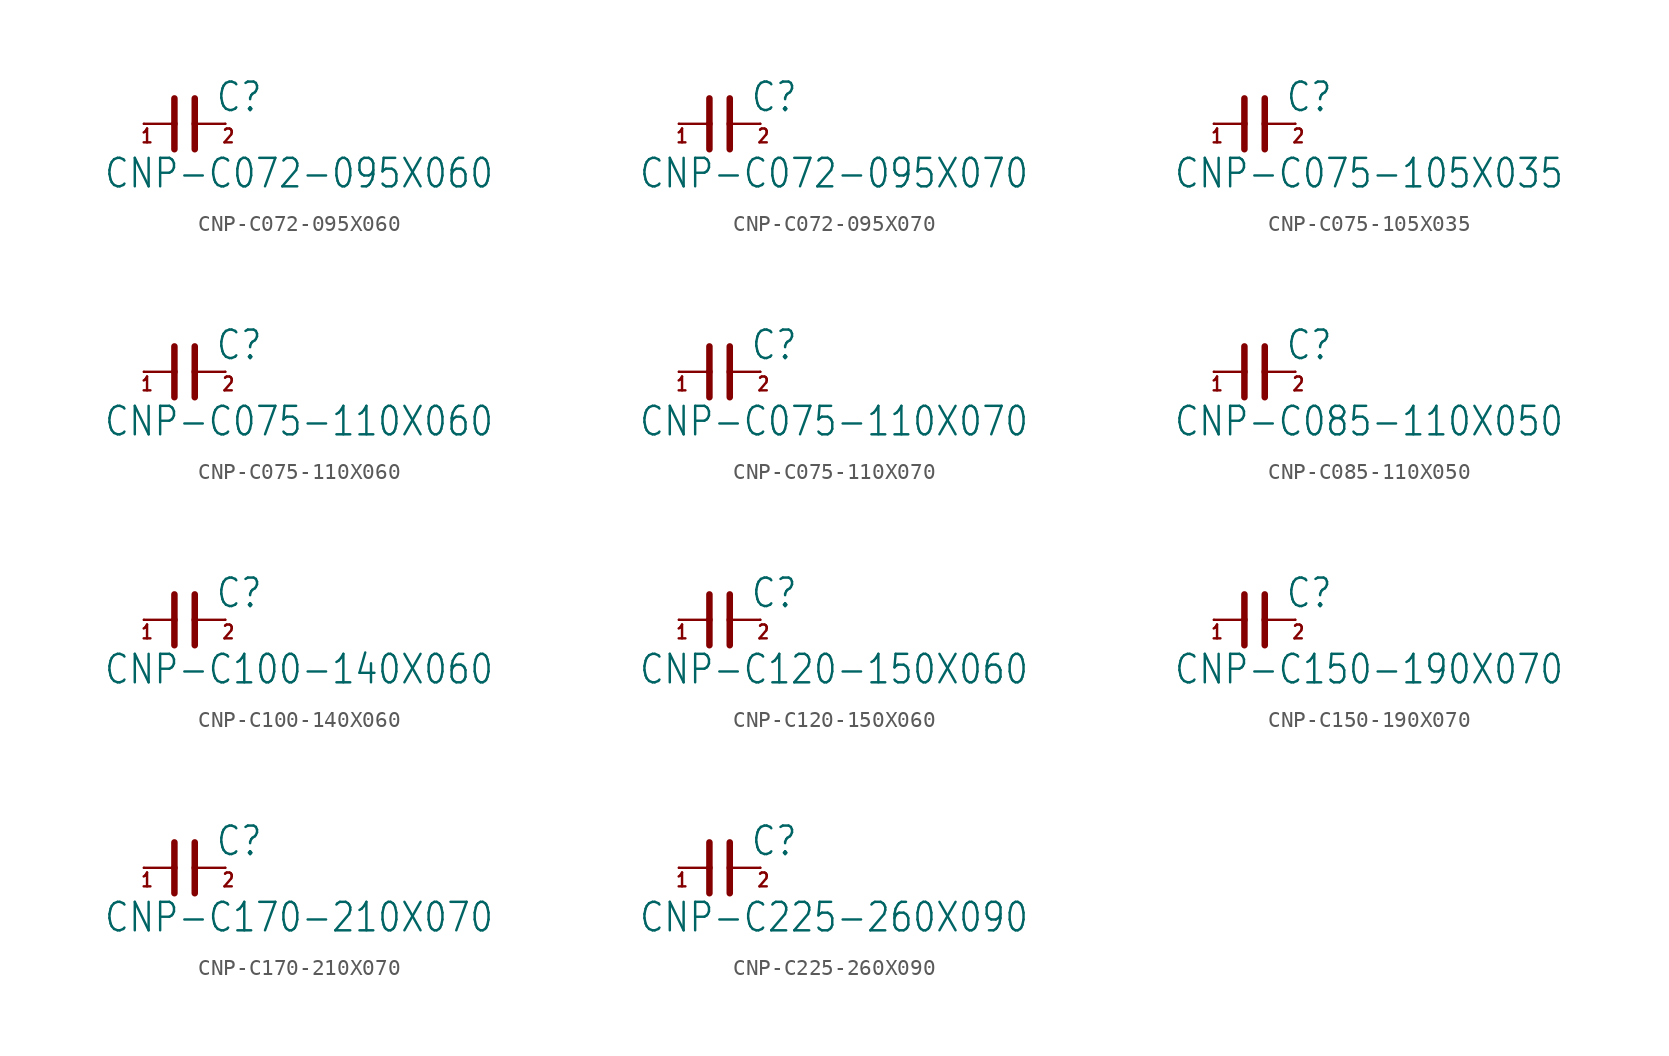
<source format=kicad_sym>
(kicad_symbol_lib
  (version 20211014)
  (generator kicad_symbol_editor)
  (symbol "CNP-C072-095X060"
    (property "Reference" "C"
      (at 1.905 0.635 0)
      (effects (font (size 1.778 1.511)) (justify left bottom)))
    (property "Value" "CNP-C072-095X060"
      (at -5.08 -4.128 0)
      (effects (font (size 1.778 1.511)) (justify left bottom)))
    (property "ki_locked" ""
      (at 0 0 0)
      (effects (font (size 1.27 1.27))))
    (symbol "CNP-C072-095X060_1_0"
      (polyline (pts (xy -2.54 0) (xy -0.635 0)) (stroke (width 0.152) (type default) (color 0 0 0 0)) (fill (type none)))
      (polyline (pts (xy -0.635 0) (xy -0.635 -1.587)) (stroke (width 0.406) (type default) (color 0 0 0 0)) (fill (type none)))
      (polyline (pts (xy -0.635 1.587) (xy -0.635 0)) (stroke (width 0.406) (type default) (color 0 0 0 0)) (fill (type none)))
      (polyline (pts (xy 0.635 0) (xy 0.635 -1.587)) (stroke (width 0.406) (type default) (color 0 0 0 0)) (fill (type none)))
      (polyline (pts (xy 0.635 1.587) (xy 0.635 0)) (stroke (width 0.406) (type default) (color 0 0 0 0)) (fill (type none)))
      (polyline (pts (xy 2.54 0) (xy 0.635 0)) (stroke (width 0.152) (type default) (color 0 0 0 0)) (fill (type none)))
      (text "1" (at -2.794 -1.27 0) (effects (font (size 0.864 0.734)) (justify left bottom)))
      (text "2" (at 2.286 -1.27 0) (effects (font (size 0.864 0.734)) (justify left bottom)))
      (pin passive line (at -2.54 0 0) (length 0) (name "1" (effects (font (size 0 0)))) (number "1" (effects (font (size 0 0)))))
      (pin passive line (at 2.54 0 180) (length 0) (name "2" (effects (font (size 0 0)))) (number "2" (effects (font (size 0 0)))))))
  (symbol "CNP-C072-095X070"
    (property "Reference" "C"
      (at 1.905 0.635 0)
      (effects (font (size 1.778 1.511)) (justify left bottom)))
    (property "Value" "CNP-C072-095X070"
      (at -5.08 -4.128 0)
      (effects (font (size 1.778 1.511)) (justify left bottom)))
    (property "ki_locked" ""
      (at 0 0 0)
      (effects (font (size 1.27 1.27))))
    (symbol "CNP-C072-095X070_1_0"
      (polyline (pts (xy -2.54 0) (xy -0.635 0)) (stroke (width 0.152) (type default) (color 0 0 0 0)) (fill (type none)))
      (polyline (pts (xy -0.635 0) (xy -0.635 -1.587)) (stroke (width 0.406) (type default) (color 0 0 0 0)) (fill (type none)))
      (polyline (pts (xy -0.635 1.587) (xy -0.635 0)) (stroke (width 0.406) (type default) (color 0 0 0 0)) (fill (type none)))
      (polyline (pts (xy 0.635 0) (xy 0.635 -1.587)) (stroke (width 0.406) (type default) (color 0 0 0 0)) (fill (type none)))
      (polyline (pts (xy 0.635 1.587) (xy 0.635 0)) (stroke (width 0.406) (type default) (color 0 0 0 0)) (fill (type none)))
      (polyline (pts (xy 2.54 0) (xy 0.635 0)) (stroke (width 0.152) (type default) (color 0 0 0 0)) (fill (type none)))
      (text "1" (at -2.794 -1.27 0) (effects (font (size 0.864 0.734)) (justify left bottom)))
      (text "2" (at 2.286 -1.27 0) (effects (font (size 0.864 0.734)) (justify left bottom)))
      (pin passive line (at -2.54 0 0) (length 0) (name "1" (effects (font (size 0 0)))) (number "1" (effects (font (size 0 0)))))
      (pin passive line (at 2.54 0 180) (length 0) (name "2" (effects (font (size 0 0)))) (number "2" (effects (font (size 0 0)))))))
  (symbol "CNP-C075-105X035"
    (property "Reference" "C"
      (at 1.905 0.635 0)
      (effects (font (size 1.778 1.511)) (justify left bottom)))
    (property "Value" "CNP-C075-105X035"
      (at -5.08 -4.128 0)
      (effects (font (size 1.778 1.511)) (justify left bottom)))
    (property "ki_locked" ""
      (at 0 0 0)
      (effects (font (size 1.27 1.27))))
    (symbol "CNP-C075-105X035_1_0"
      (polyline (pts (xy -2.54 0) (xy -0.635 0)) (stroke (width 0.152) (type default) (color 0 0 0 0)) (fill (type none)))
      (polyline (pts (xy -0.635 0) (xy -0.635 -1.587)) (stroke (width 0.406) (type default) (color 0 0 0 0)) (fill (type none)))
      (polyline (pts (xy -0.635 1.587) (xy -0.635 0)) (stroke (width 0.406) (type default) (color 0 0 0 0)) (fill (type none)))
      (polyline (pts (xy 0.635 0) (xy 0.635 -1.587)) (stroke (width 0.406) (type default) (color 0 0 0 0)) (fill (type none)))
      (polyline (pts (xy 0.635 1.587) (xy 0.635 0)) (stroke (width 0.406) (type default) (color 0 0 0 0)) (fill (type none)))
      (polyline (pts (xy 2.54 0) (xy 0.635 0)) (stroke (width 0.152) (type default) (color 0 0 0 0)) (fill (type none)))
      (text "1" (at -2.794 -1.27 0) (effects (font (size 0.864 0.734)) (justify left bottom)))
      (text "2" (at 2.286 -1.27 0) (effects (font (size 0.864 0.734)) (justify left bottom)))
      (pin passive line (at -2.54 0 0) (length 0) (name "1" (effects (font (size 0 0)))) (number "1" (effects (font (size 0 0)))))
      (pin passive line (at 2.54 0 180) (length 0) (name "2" (effects (font (size 0 0)))) (number "2" (effects (font (size 0 0)))))))
  (symbol "CNP-C075-110X060"
    (property "Reference" "C"
      (at 1.905 0.635 0)
      (effects (font (size 1.778 1.511)) (justify left bottom)))
    (property "Value" "CNP-C075-110X060"
      (at -5.08 -4.128 0)
      (effects (font (size 1.778 1.511)) (justify left bottom)))
    (property "ki_locked" ""
      (at 0 0 0)
      (effects (font (size 1.27 1.27))))
    (symbol "CNP-C075-110X060_1_0"
      (polyline (pts (xy -2.54 0) (xy -0.635 0)) (stroke (width 0.152) (type default) (color 0 0 0 0)) (fill (type none)))
      (polyline (pts (xy -0.635 0) (xy -0.635 -1.587)) (stroke (width 0.406) (type default) (color 0 0 0 0)) (fill (type none)))
      (polyline (pts (xy -0.635 1.587) (xy -0.635 0)) (stroke (width 0.406) (type default) (color 0 0 0 0)) (fill (type none)))
      (polyline (pts (xy 0.635 0) (xy 0.635 -1.587)) (stroke (width 0.406) (type default) (color 0 0 0 0)) (fill (type none)))
      (polyline (pts (xy 0.635 1.587) (xy 0.635 0)) (stroke (width 0.406) (type default) (color 0 0 0 0)) (fill (type none)))
      (polyline (pts (xy 2.54 0) (xy 0.635 0)) (stroke (width 0.152) (type default) (color 0 0 0 0)) (fill (type none)))
      (text "1" (at -2.794 -1.27 0) (effects (font (size 0.864 0.734)) (justify left bottom)))
      (text "2" (at 2.286 -1.27 0) (effects (font (size 0.864 0.734)) (justify left bottom)))
      (pin passive line (at -2.54 0 0) (length 0) (name "1" (effects (font (size 0 0)))) (number "1" (effects (font (size 0 0)))))
      (pin passive line (at 2.54 0 180) (length 0) (name "2" (effects (font (size 0 0)))) (number "2" (effects (font (size 0 0)))))))
  (symbol "CNP-C075-110X070"
    (property "Reference" "C"
      (at 1.905 0.635 0)
      (effects (font (size 1.778 1.511)) (justify left bottom)))
    (property "Value" "CNP-C075-110X070"
      (at -5.08 -4.128 0)
      (effects (font (size 1.778 1.511)) (justify left bottom)))
    (property "ki_locked" ""
      (at 0 0 0)
      (effects (font (size 1.27 1.27))))
    (symbol "CNP-C075-110X070_1_0"
      (polyline (pts (xy -2.54 0) (xy -0.635 0)) (stroke (width 0.152) (type default) (color 0 0 0 0)) (fill (type none)))
      (polyline (pts (xy -0.635 0) (xy -0.635 -1.587)) (stroke (width 0.406) (type default) (color 0 0 0 0)) (fill (type none)))
      (polyline (pts (xy -0.635 1.587) (xy -0.635 0)) (stroke (width 0.406) (type default) (color 0 0 0 0)) (fill (type none)))
      (polyline (pts (xy 0.635 0) (xy 0.635 -1.587)) (stroke (width 0.406) (type default) (color 0 0 0 0)) (fill (type none)))
      (polyline (pts (xy 0.635 1.587) (xy 0.635 0)) (stroke (width 0.406) (type default) (color 0 0 0 0)) (fill (type none)))
      (polyline (pts (xy 2.54 0) (xy 0.635 0)) (stroke (width 0.152) (type default) (color 0 0 0 0)) (fill (type none)))
      (text "1" (at -2.794 -1.27 0) (effects (font (size 0.864 0.734)) (justify left bottom)))
      (text "2" (at 2.286 -1.27 0) (effects (font (size 0.864 0.734)) (justify left bottom)))
      (pin passive line (at -2.54 0 0) (length 0) (name "1" (effects (font (size 0 0)))) (number "1" (effects (font (size 0 0)))))
      (pin passive line (at 2.54 0 180) (length 0) (name "2" (effects (font (size 0 0)))) (number "2" (effects (font (size 0 0)))))))
  (symbol "CNP-C085-110X050"
    (property "Reference" "C"
      (at 1.905 0.635 0)
      (effects (font (size 1.778 1.511)) (justify left bottom)))
    (property "Value" "CNP-C085-110X050"
      (at -5.08 -4.128 0)
      (effects (font (size 1.778 1.511)) (justify left bottom)))
    (property "ki_locked" ""
      (at 0 0 0)
      (effects (font (size 1.27 1.27))))
    (symbol "CNP-C085-110X050_1_0"
      (polyline (pts (xy -2.54 0) (xy -0.635 0)) (stroke (width 0.152) (type default) (color 0 0 0 0)) (fill (type none)))
      (polyline (pts (xy -0.635 0) (xy -0.635 -1.587)) (stroke (width 0.406) (type default) (color 0 0 0 0)) (fill (type none)))
      (polyline (pts (xy -0.635 1.587) (xy -0.635 0)) (stroke (width 0.406) (type default) (color 0 0 0 0)) (fill (type none)))
      (polyline (pts (xy 0.635 0) (xy 0.635 -1.587)) (stroke (width 0.406) (type default) (color 0 0 0 0)) (fill (type none)))
      (polyline (pts (xy 0.635 1.587) (xy 0.635 0)) (stroke (width 0.406) (type default) (color 0 0 0 0)) (fill (type none)))
      (polyline (pts (xy 2.54 0) (xy 0.635 0)) (stroke (width 0.152) (type default) (color 0 0 0 0)) (fill (type none)))
      (text "1" (at -2.794 -1.27 0) (effects (font (size 0.864 0.734)) (justify left bottom)))
      (text "2" (at 2.286 -1.27 0) (effects (font (size 0.864 0.734)) (justify left bottom)))
      (pin passive line (at -2.54 0 0) (length 0) (name "1" (effects (font (size 0 0)))) (number "1" (effects (font (size 0 0)))))
      (pin passive line (at 2.54 0 180) (length 0) (name "2" (effects (font (size 0 0)))) (number "2" (effects (font (size 0 0)))))))
  (symbol "CNP-C100-140X060"
    (property "Reference" "C"
      (at 1.905 0.635 0)
      (effects (font (size 1.778 1.511)) (justify left bottom)))
    (property "Value" "CNP-C100-140X060"
      (at -5.08 -4.128 0)
      (effects (font (size 1.778 1.511)) (justify left bottom)))
    (property "ki_locked" ""
      (at 0 0 0)
      (effects (font (size 1.27 1.27))))
    (symbol "CNP-C100-140X060_1_0"
      (polyline (pts (xy -2.54 0) (xy -0.635 0)) (stroke (width 0.152) (type default) (color 0 0 0 0)) (fill (type none)))
      (polyline (pts (xy -0.635 0) (xy -0.635 -1.587)) (stroke (width 0.406) (type default) (color 0 0 0 0)) (fill (type none)))
      (polyline (pts (xy -0.635 1.587) (xy -0.635 0)) (stroke (width 0.406) (type default) (color 0 0 0 0)) (fill (type none)))
      (polyline (pts (xy 0.635 0) (xy 0.635 -1.587)) (stroke (width 0.406) (type default) (color 0 0 0 0)) (fill (type none)))
      (polyline (pts (xy 0.635 1.587) (xy 0.635 0)) (stroke (width 0.406) (type default) (color 0 0 0 0)) (fill (type none)))
      (polyline (pts (xy 2.54 0) (xy 0.635 0)) (stroke (width 0.152) (type default) (color 0 0 0 0)) (fill (type none)))
      (text "1" (at -2.794 -1.27 0) (effects (font (size 0.864 0.734)) (justify left bottom)))
      (text "2" (at 2.286 -1.27 0) (effects (font (size 0.864 0.734)) (justify left bottom)))
      (pin passive line (at -2.54 0 0) (length 0) (name "1" (effects (font (size 0 0)))) (number "1" (effects (font (size 0 0)))))
      (pin passive line (at 2.54 0 180) (length 0) (name "2" (effects (font (size 0 0)))) (number "2" (effects (font (size 0 0)))))))
  (symbol "CNP-C120-150X060"
    (property "Reference" "C"
      (at 1.905 0.635 0)
      (effects (font (size 1.778 1.511)) (justify left bottom)))
    (property "Value" "CNP-C120-150X060"
      (at -5.08 -4.128 0)
      (effects (font (size 1.778 1.511)) (justify left bottom)))
    (property "ki_locked" ""
      (at 0 0 0)
      (effects (font (size 1.27 1.27))))
    (symbol "CNP-C120-150X060_1_0"
      (polyline (pts (xy -2.54 0) (xy -0.635 0)) (stroke (width 0.152) (type default) (color 0 0 0 0)) (fill (type none)))
      (polyline (pts (xy -0.635 0) (xy -0.635 -1.587)) (stroke (width 0.406) (type default) (color 0 0 0 0)) (fill (type none)))
      (polyline (pts (xy -0.635 1.587) (xy -0.635 0)) (stroke (width 0.406) (type default) (color 0 0 0 0)) (fill (type none)))
      (polyline (pts (xy 0.635 0) (xy 0.635 -1.587)) (stroke (width 0.406) (type default) (color 0 0 0 0)) (fill (type none)))
      (polyline (pts (xy 0.635 1.587) (xy 0.635 0)) (stroke (width 0.406) (type default) (color 0 0 0 0)) (fill (type none)))
      (polyline (pts (xy 2.54 0) (xy 0.635 0)) (stroke (width 0.152) (type default) (color 0 0 0 0)) (fill (type none)))
      (text "1" (at -2.794 -1.27 0) (effects (font (size 0.864 0.734)) (justify left bottom)))
      (text "2" (at 2.286 -1.27 0) (effects (font (size 0.864 0.734)) (justify left bottom)))
      (pin passive line (at -2.54 0 0) (length 0) (name "1" (effects (font (size 0 0)))) (number "1" (effects (font (size 0 0)))))
      (pin passive line (at 2.54 0 180) (length 0) (name "2" (effects (font (size 0 0)))) (number "2" (effects (font (size 0 0)))))))
  (symbol "CNP-C150-190X070"
    (property "Reference" "C"
      (at 1.905 0.635 0)
      (effects (font (size 1.778 1.511)) (justify left bottom)))
    (property "Value" "CNP-C150-190X070"
      (at -5.08 -4.128 0)
      (effects (font (size 1.778 1.511)) (justify left bottom)))
    (property "ki_locked" ""
      (at 0 0 0)
      (effects (font (size 1.27 1.27))))
    (symbol "CNP-C150-190X070_1_0"
      (polyline (pts (xy -2.54 0) (xy -0.635 0)) (stroke (width 0.152) (type default) (color 0 0 0 0)) (fill (type none)))
      (polyline (pts (xy -0.635 0) (xy -0.635 -1.587)) (stroke (width 0.406) (type default) (color 0 0 0 0)) (fill (type none)))
      (polyline (pts (xy -0.635 1.587) (xy -0.635 0)) (stroke (width 0.406) (type default) (color 0 0 0 0)) (fill (type none)))
      (polyline (pts (xy 0.635 0) (xy 0.635 -1.587)) (stroke (width 0.406) (type default) (color 0 0 0 0)) (fill (type none)))
      (polyline (pts (xy 0.635 1.587) (xy 0.635 0)) (stroke (width 0.406) (type default) (color 0 0 0 0)) (fill (type none)))
      (polyline (pts (xy 2.54 0) (xy 0.635 0)) (stroke (width 0.152) (type default) (color 0 0 0 0)) (fill (type none)))
      (text "1" (at -2.794 -1.27 0) (effects (font (size 0.864 0.734)) (justify left bottom)))
      (text "2" (at 2.286 -1.27 0) (effects (font (size 0.864 0.734)) (justify left bottom)))
      (pin passive line (at -2.54 0 0) (length 0) (name "1" (effects (font (size 0 0)))) (number "1" (effects (font (size 0 0)))))
      (pin passive line (at 2.54 0 180) (length 0) (name "2" (effects (font (size 0 0)))) (number "2" (effects (font (size 0 0)))))))
  (symbol "CNP-C170-210X070"
    (property "Reference" "C"
      (at 1.905 0.635 0)
      (effects (font (size 1.778 1.511)) (justify left bottom)))
    (property "Value" "CNP-C170-210X070"
      (at -5.08 -4.128 0)
      (effects (font (size 1.778 1.511)) (justify left bottom)))
    (property "ki_locked" ""
      (at 0 0 0)
      (effects (font (size 1.27 1.27))))
    (symbol "CNP-C170-210X070_1_0"
      (polyline (pts (xy -2.54 0) (xy -0.635 0)) (stroke (width 0.152) (type default) (color 0 0 0 0)) (fill (type none)))
      (polyline (pts (xy -0.635 0) (xy -0.635 -1.587)) (stroke (width 0.406) (type default) (color 0 0 0 0)) (fill (type none)))
      (polyline (pts (xy -0.635 1.587) (xy -0.635 0)) (stroke (width 0.406) (type default) (color 0 0 0 0)) (fill (type none)))
      (polyline (pts (xy 0.635 0) (xy 0.635 -1.587)) (stroke (width 0.406) (type default) (color 0 0 0 0)) (fill (type none)))
      (polyline (pts (xy 0.635 1.587) (xy 0.635 0)) (stroke (width 0.406) (type default) (color 0 0 0 0)) (fill (type none)))
      (polyline (pts (xy 2.54 0) (xy 0.635 0)) (stroke (width 0.152) (type default) (color 0 0 0 0)) (fill (type none)))
      (text "1" (at -2.794 -1.27 0) (effects (font (size 0.864 0.734)) (justify left bottom)))
      (text "2" (at 2.286 -1.27 0) (effects (font (size 0.864 0.734)) (justify left bottom)))
      (pin passive line (at -2.54 0 0) (length 0) (name "1" (effects (font (size 0 0)))) (number "1" (effects (font (size 0 0)))))
      (pin passive line (at 2.54 0 180) (length 0) (name "2" (effects (font (size 0 0)))) (number "2" (effects (font (size 0 0)))))))
  (symbol "CNP-C225-260X090"
    (property "Reference" "C"
      (at 1.905 0.635 0)
      (effects (font (size 1.778 1.511)) (justify left bottom)))
    (property "Value" "CNP-C225-260X090"
      (at -5.08 -4.128 0)
      (effects (font (size 1.778 1.511)) (justify left bottom)))
    (property "ki_locked" ""
      (at 0 0 0)
      (effects (font (size 1.27 1.27))))
    (symbol "CNP-C225-260X090_1_0"
      (polyline (pts (xy -2.54 0) (xy -0.635 0)) (stroke (width 0.152) (type default) (color 0 0 0 0)) (fill (type none)))
      (polyline (pts (xy -0.635 0) (xy -0.635 -1.587)) (stroke (width 0.406) (type default) (color 0 0 0 0)) (fill (type none)))
      (polyline (pts (xy -0.635 1.587) (xy -0.635 0)) (stroke (width 0.406) (type default) (color 0 0 0 0)) (fill (type none)))
      (polyline (pts (xy 0.635 0) (xy 0.635 -1.587)) (stroke (width 0.406) (type default) (color 0 0 0 0)) (fill (type none)))
      (polyline (pts (xy 0.635 1.587) (xy 0.635 0)) (stroke (width 0.406) (type default) (color 0 0 0 0)) (fill (type none)))
      (polyline (pts (xy 2.54 0) (xy 0.635 0)) (stroke (width 0.152) (type default) (color 0 0 0 0)) (fill (type none)))
      (text "1" (at -2.794 -1.27 0) (effects (font (size 0.864 0.734)) (justify left bottom)))
      (text "2" (at 2.286 -1.27 0) (effects (font (size 0.864 0.734)) (justify left bottom)))
      (pin passive line (at -2.54 0 0) (length 0) (name "1" (effects (font (size 0 0)))) (number "1" (effects (font (size 0 0)))))
      (pin passive line (at 2.54 0 180) (length 0) (name "2" (effects (font (size 0 0)))) (number "2" (effects (font (size 0 0))))))))
</source>
